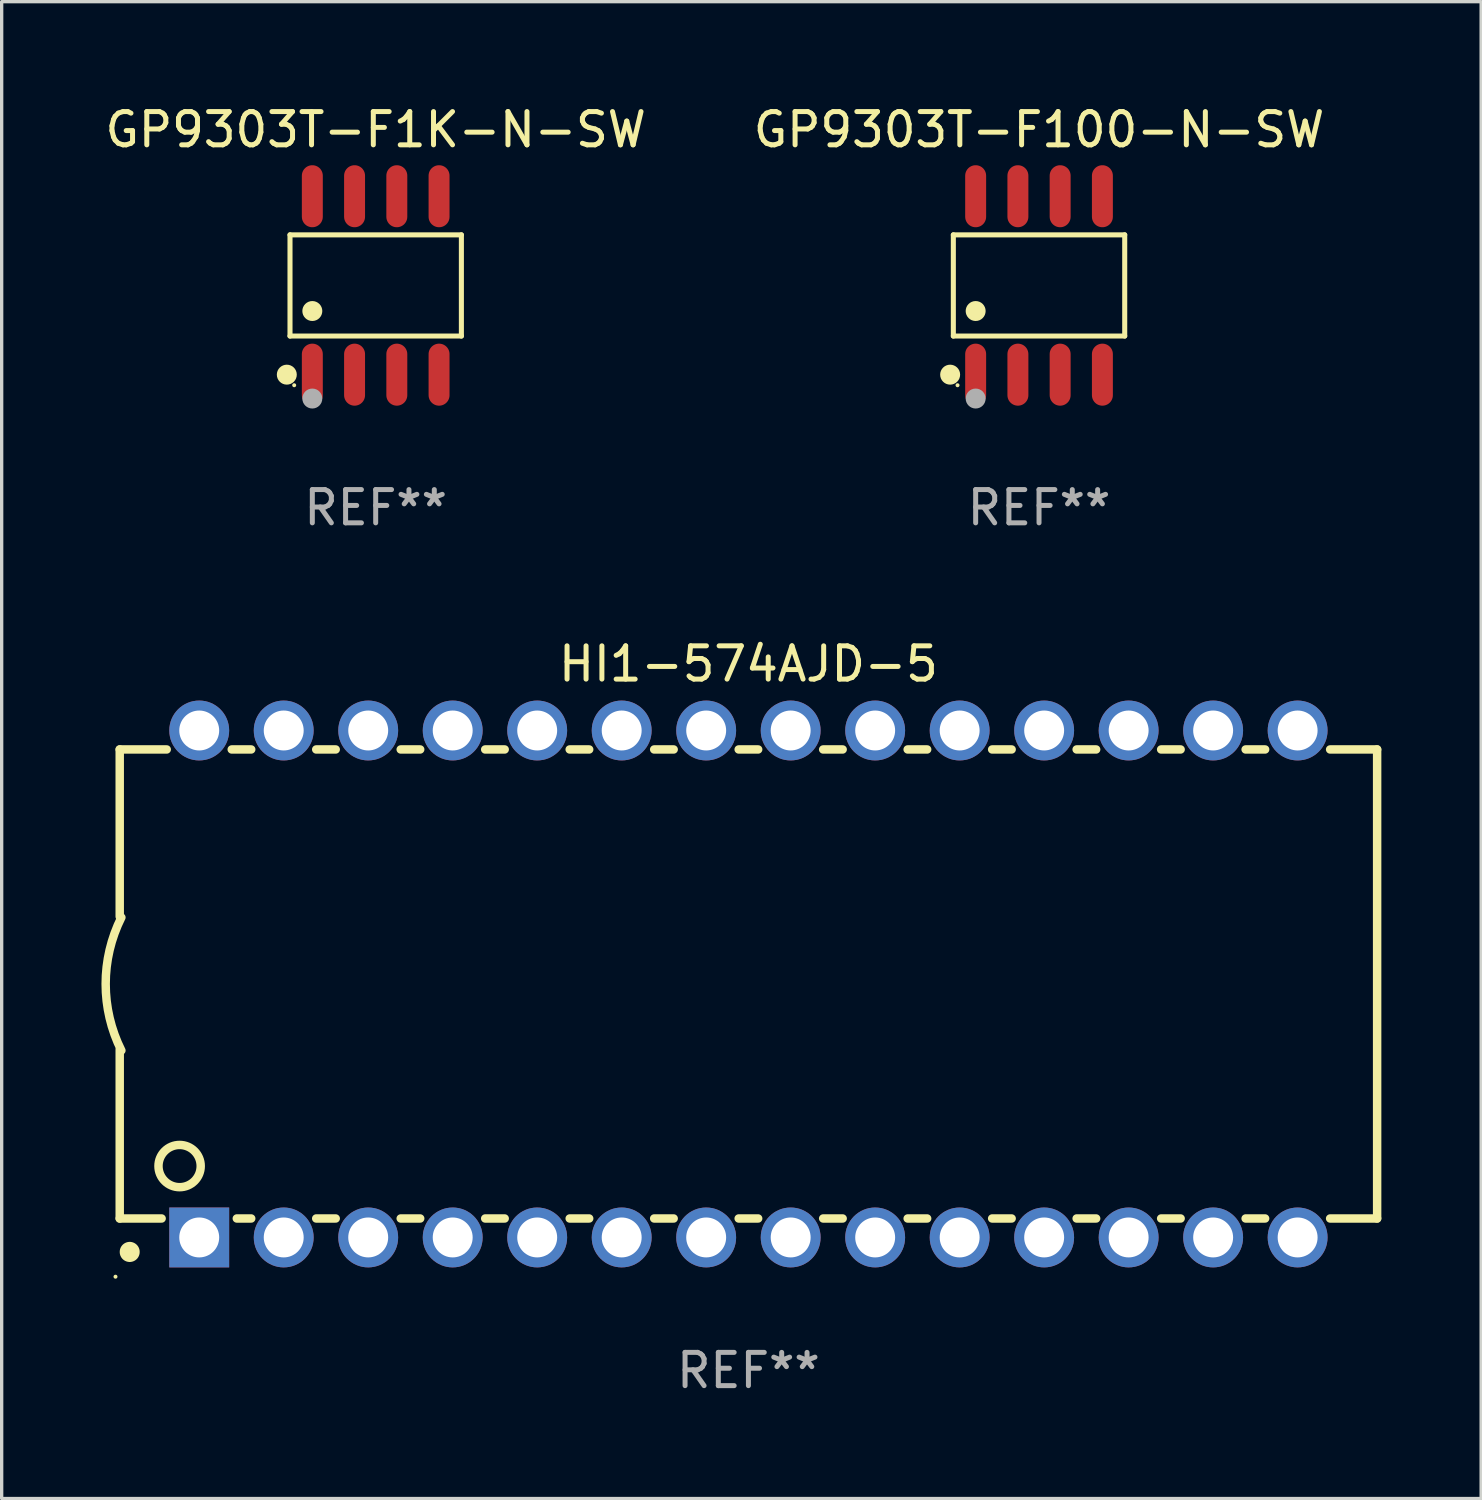
<source format=kicad_pcb>
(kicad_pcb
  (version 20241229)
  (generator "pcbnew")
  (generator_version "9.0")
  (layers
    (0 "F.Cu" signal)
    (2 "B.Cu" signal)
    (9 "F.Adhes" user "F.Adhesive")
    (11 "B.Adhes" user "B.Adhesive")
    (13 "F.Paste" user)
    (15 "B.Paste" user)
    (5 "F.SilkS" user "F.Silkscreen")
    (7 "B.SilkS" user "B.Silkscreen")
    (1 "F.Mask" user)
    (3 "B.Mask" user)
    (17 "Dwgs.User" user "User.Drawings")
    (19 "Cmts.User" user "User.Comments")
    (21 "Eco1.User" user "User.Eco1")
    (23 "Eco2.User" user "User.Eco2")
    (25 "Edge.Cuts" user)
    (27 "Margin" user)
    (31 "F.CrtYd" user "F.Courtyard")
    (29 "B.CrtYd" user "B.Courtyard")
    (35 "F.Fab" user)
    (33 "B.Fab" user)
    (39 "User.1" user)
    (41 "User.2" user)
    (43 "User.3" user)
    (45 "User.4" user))
  (footprint "GP9303T-F100-N-SW"
    (layer "F.Cu")
    (at 28.185 5.531)
    (property "Reference" "GP9303T-F100-N-SW" (at 0 -4.682 0) (layer "F.SilkS") (effects (font (size 1 1) (thickness 0.15))))
    (attr through_hole)
    (fp_line (start -2.576 -1.521) (end 2.576 -1.521) (stroke (width 0.152) (type solid)) (layer "F.SilkS"))
    (fp_line (start -2.576 1.521) (end -2.576 -1.521) (stroke (width 0.152) (type solid)) (layer "F.SilkS"))
    (fp_line (start 2.576 -1.521) (end 2.576 1.521) (stroke (width 0.152) (type solid)) (layer "F.SilkS"))
    (fp_line (start 2.576 1.521) (end -2.576 1.521) (stroke (width 0.152) (type solid)) (layer "F.SilkS"))
    (fp_circle (center -2.672 2.682) (end -2.522 2.682) (stroke (width 0.3) (type solid)) (fill no) (layer "F.SilkS"))
    (fp_circle (center -2.45 3) (end -2.42 3) (stroke (width 0.06) (type solid)) (fill no) (layer "F.SilkS"))
    (fp_circle (center -1.905 0.769) (end -1.755 0.769) (stroke (width 0.3) (type solid)) (fill no) (layer "F.SilkS"))
    (fp_circle (center -1.905 3.4) (end -1.755 3.4) (stroke (width 0.3) (type solid)) (fill no) (layer "F.Fab"))
    (fp_text user "REF**" (at 0 6.682 0) (layer "F.Fab") (effects (font (size 1 1) (thickness 0.15))))
    (pad "1" smd oval (at -1.905 2.682) (size 0.63 1.865) (layers "F.Cu" "F.Mask" "F.Paste"))
    (pad "2" smd oval (at -0.635 2.682) (size 0.63 1.865) (layers "F.Cu" "F.Mask" "F.Paste"))
    (pad "3" smd oval (at 0.635 2.682) (size 0.63 1.865) (layers "F.Cu" "F.Mask" "F.Paste"))
    (pad "4" smd oval (at 1.905 2.682) (size 0.63 1.865) (layers "F.Cu" "F.Mask" "F.Paste"))
    (pad "5" smd oval (at 1.905 -2.682) (size 0.63 1.865) (layers "F.Cu" "F.Mask" "F.Paste"))
    (pad "6" smd oval (at 0.635 -2.682) (size 0.63 1.865) (layers "F.Cu" "F.Mask" "F.Paste"))
    (pad "7" smd oval (at -0.635 -2.682) (size 0.63 1.865) (layers "F.Cu" "F.Mask" "F.Paste"))
    (pad "8" smd oval (at -1.905 -2.682) (size 0.63 1.865) (layers "F.Cu" "F.Mask" "F.Paste")))
  (footprint "HI1-574AJD-5"
    (layer "F.Cu")
    (at 19.449 26.53)
    (property "Reference" "HI1-574AJD-5" (at 0 -9.62 0) (layer "F.SilkS") (effects (font (size 1 1) (thickness 0.15))))
    (attr through_hole)
    (fp_line (start -18.9 -7.05) (end -18.9 -2.026) (stroke (width 0.254) (type solid)) (layer "F.SilkS"))
    (fp_line (start -18.9 1.974) (end -18.9 7.05) (stroke (width 0.254) (type solid)) (layer "F.SilkS"))
    (fp_line (start -18.9 7.05) (end -17.64 7.05) (stroke (width 0.254) (type solid)) (layer "F.SilkS"))
    (fp_line (start -17.487 -7.05) (end -18.9 -7.05) (stroke (width 0.254) (type solid)) (layer "F.SilkS"))
    (fp_line (start -15.38 7.05) (end -14.947 7.05) (stroke (width 0.254) (type solid)) (layer "F.SilkS"))
    (fp_line (start -14.947 -7.05) (end -15.533 -7.05) (stroke (width 0.254) (type solid)) (layer "F.SilkS"))
    (fp_line (start -12.993 7.05) (end -12.407 7.05) (stroke (width 0.254) (type solid)) (layer "F.SilkS"))
    (fp_line (start -12.407 -7.05) (end -12.993 -7.05) (stroke (width 0.254) (type solid)) (layer "F.SilkS"))
    (fp_line (start -10.453 7.05) (end -9.867 7.05) (stroke (width 0.254) (type solid)) (layer "F.SilkS"))
    (fp_line (start -9.867 -7.05) (end -10.453 -7.05) (stroke (width 0.254) (type solid)) (layer "F.SilkS"))
    (fp_line (start -7.913 7.05) (end -7.327 7.05) (stroke (width 0.254) (type solid)) (layer "F.SilkS"))
    (fp_line (start -7.327 -7.05) (end -7.913 -7.05) (stroke (width 0.254) (type solid)) (layer "F.SilkS"))
    (fp_line (start -5.373 7.05) (end -4.787 7.05) (stroke (width 0.254) (type solid)) (layer "F.SilkS"))
    (fp_line (start -4.787 -7.05) (end -5.373 -7.05) (stroke (width 0.254) (type solid)) (layer "F.SilkS"))
    (fp_line (start -2.833 7.05) (end -2.247 7.05) (stroke (width 0.254) (type solid)) (layer "F.SilkS"))
    (fp_line (start -2.247 -7.05) (end -2.833 -7.05) (stroke (width 0.254) (type solid)) (layer "F.SilkS"))
    (fp_line (start -0.293 7.05) (end 0.293 7.05) (stroke (width 0.254) (type solid)) (layer "F.SilkS"))
    (fp_line (start 0.293 -7.05) (end -0.293 -7.05) (stroke (width 0.254) (type solid)) (layer "F.SilkS"))
    (fp_line (start 2.247 7.05) (end 2.833 7.05) (stroke (width 0.254) (type solid)) (layer "F.SilkS"))
    (fp_line (start 2.833 -7.05) (end 2.247 -7.05) (stroke (width 0.254) (type solid)) (layer "F.SilkS"))
    (fp_line (start 4.787 7.05) (end 5.373 7.05) (stroke (width 0.254) (type solid)) (layer "F.SilkS"))
    (fp_line (start 5.373 -7.05) (end 4.787 -7.05) (stroke (width 0.254) (type solid)) (layer "F.SilkS"))
    (fp_line (start 7.327 7.05) (end 7.913 7.05) (stroke (width 0.254) (type solid)) (layer "F.SilkS"))
    (fp_line (start 7.913 -7.05) (end 7.327 -7.05) (stroke (width 0.254) (type solid)) (layer "F.SilkS"))
    (fp_line (start 9.867 7.05) (end 10.453 7.05) (stroke (width 0.254) (type solid)) (layer "F.SilkS"))
    (fp_line (start 10.453 -7.05) (end 9.867 -7.05) (stroke (width 0.254) (type solid)) (layer "F.SilkS"))
    (fp_line (start 12.407 7.05) (end 12.993 7.05) (stroke (width 0.254) (type solid)) (layer "F.SilkS"))
    (fp_line (start 12.993 -7.05) (end 12.407 -7.05) (stroke (width 0.254) (type solid)) (layer "F.SilkS"))
    (fp_line (start 14.947 7.05) (end 15.533 7.05) (stroke (width 0.254) (type solid)) (layer "F.SilkS"))
    (fp_line (start 15.533 -7.05) (end 14.947 -7.05) (stroke (width 0.254) (type solid)) (layer "F.SilkS"))
    (fp_line (start 17.487 7.05) (end 18.9 7.05) (stroke (width 0.254) (type solid)) (layer "F.SilkS"))
    (fp_line (start 18.9 -7.05) (end 17.487 -7.05) (stroke (width 0.254) (type solid)) (layer "F.SilkS"))
    (fp_line (start 18.9 7.05) (end 18.9 -7.05) (stroke (width 0.254) (type solid)) (layer "F.SilkS"))
    (fp_arc (start -18.849987 1.999975) (mid -19.322123 -0.000025) (end -18.849987 -2.000025) (stroke (width 0.254001) (type solid)) (layer "F.SilkS"))
    (fp_arc (start -18.599924 8.057734) (mid -18.599935 8.055207) (end -18.599924 8.052679) (stroke (width 0.6) (type solid)) (layer "F.SilkS"))
    (fp_circle (center -19.027 8.8) (end -18.997 8.8) (stroke (width 0.06) (type solid)) (fill no) (layer "F.SilkS"))
    (fp_circle (center -17.1 5.474) (end -16.465 5.474) (stroke (width 0.254) (type solid)) (fill no) (layer "F.SilkS"))
    (fp_text user "REF**" (at 0 11.62 0) (layer "F.Fab") (effects (font (size 1 1) (thickness 0.15))))
    (pad "1" thru_hole rect (at -16.51 7.62) (size 1.8 1.8) (drill 1.2) (layers "*.Cu" "*.Mask"))
    (pad "2" thru_hole circle (at -13.97 7.62) (size 1.8 1.8) (drill 1.2) (layers "*.Cu" "*.Mask"))
    (pad "3" thru_hole circle (at -11.43 7.62) (size 1.8 1.8) (drill 1.2) (layers "*.Cu" "*.Mask"))
    (pad "4" thru_hole circle (at -8.89 7.62) (size 1.8 1.8) (drill 1.2) (layers "*.Cu" "*.Mask"))
    (pad "5" thru_hole circle (at -6.35 7.62) (size 1.8 1.8) (drill 1.2) (layers "*.Cu" "*.Mask"))
    (pad "6" thru_hole circle (at -3.81 7.62) (size 1.8 1.8) (drill 1.2) (layers "*.Cu" "*.Mask"))
    (pad "7" thru_hole circle (at -1.27 7.62) (size 1.8 1.8) (drill 1.2) (layers "*.Cu" "*.Mask"))
    (pad "8" thru_hole circle (at 1.27 7.62) (size 1.8 1.8) (drill 1.2) (layers "*.Cu" "*.Mask"))
    (pad "9" thru_hole circle (at 3.81 7.62) (size 1.8 1.8) (drill 1.2) (layers "*.Cu" "*.Mask"))
    (pad "10" thru_hole circle (at 6.35 7.62) (size 1.8 1.8) (drill 1.2) (layers "*.Cu" "*.Mask"))
    (pad "11" thru_hole circle (at 8.89 7.62) (size 1.8 1.8) (drill 1.2) (layers "*.Cu" "*.Mask"))
    (pad "12" thru_hole circle (at 11.43 7.62) (size 1.8 1.8) (drill 1.2) (layers "*.Cu" "*.Mask"))
    (pad "13" thru_hole circle (at 13.97 7.62) (size 1.8 1.8) (drill 1.2) (layers "*.Cu" "*.Mask"))
    (pad "14" thru_hole circle (at 16.51 7.62) (size 1.8 1.8) (drill 1.2) (layers "*.Cu" "*.Mask"))
    (pad "15" thru_hole circle (at 16.51 -7.62) (size 1.8 1.8) (drill 1.2) (layers "*.Cu" "*.Mask"))
    (pad "16" thru_hole circle (at 13.97 -7.62) (size 1.8 1.8) (drill 1.2) (layers "*.Cu" "*.Mask"))
    (pad "17" thru_hole circle (at 11.43 -7.62) (size 1.8 1.8) (drill 1.2) (layers "*.Cu" "*.Mask"))
    (pad "18" thru_hole circle (at 8.89 -7.62) (size 1.8 1.8) (drill 1.2) (layers "*.Cu" "*.Mask"))
    (pad "19" thru_hole circle (at 6.35 -7.62) (size 1.8 1.8) (drill 1.2) (layers "*.Cu" "*.Mask"))
    (pad "20" thru_hole circle (at 3.81 -7.62) (size 1.8 1.8) (drill 1.2) (layers "*.Cu" "*.Mask"))
    (pad "21" thru_hole circle (at 1.27 -7.62) (size 1.8 1.8) (drill 1.2) (layers "*.Cu" "*.Mask"))
    (pad "22" thru_hole circle (at -1.27 -7.62) (size 1.8 1.8) (drill 1.2) (layers "*.Cu" "*.Mask"))
    (pad "23" thru_hole circle (at -3.81 -7.62) (size 1.8 1.8) (drill 1.2) (layers "*.Cu" "*.Mask"))
    (pad "24" thru_hole circle (at -6.35 -7.62) (size 1.8 1.8) (drill 1.2) (layers "*.Cu" "*.Mask"))
    (pad "25" thru_hole circle (at -8.89 -7.62) (size 1.8 1.8) (drill 1.2) (layers "*.Cu" "*.Mask"))
    (pad "26" thru_hole circle (at -11.43 -7.62) (size 1.8 1.8) (drill 1.2) (layers "*.Cu" "*.Mask"))
    (pad "27" thru_hole circle (at -13.97 -7.62) (size 1.8 1.8) (drill 1.2) (layers "*.Cu" "*.Mask"))
    (pad "28" thru_hole circle (at -16.51 -7.62) (size 1.8 1.8) (drill 1.2) (layers "*.Cu" "*.Mask")))
  (footprint "GP9303T-F1K-N-SW"
    (layer "F.Cu")
    (at 8.244 5.531)
    (property "Reference" "GP9303T-F1K-N-SW" (at 0 -4.682 0) (layer "F.SilkS") (effects (font (size 1 1) (thickness 0.15))))
    (attr through_hole)
    (fp_line (start -2.576 -1.521) (end 2.576 -1.521) (stroke (width 0.152) (type solid)) (layer "F.SilkS"))
    (fp_line (start -2.576 1.521) (end -2.576 -1.521) (stroke (width 0.152) (type solid)) (layer "F.SilkS"))
    (fp_line (start 2.576 -1.521) (end 2.576 1.521) (stroke (width 0.152) (type solid)) (layer "F.SilkS"))
    (fp_line (start 2.576 1.521) (end -2.576 1.521) (stroke (width 0.152) (type solid)) (layer "F.SilkS"))
    (fp_circle (center -2.672 2.682) (end -2.522 2.682) (stroke (width 0.3) (type solid)) (fill no) (layer "F.SilkS"))
    (fp_circle (center -2.45 3) (end -2.42 3) (stroke (width 0.06) (type solid)) (fill no) (layer "F.SilkS"))
    (fp_circle (center -1.905 0.769) (end -1.755 0.769) (stroke (width 0.3) (type solid)) (fill no) (layer "F.SilkS"))
    (fp_circle (center -1.905 3.4) (end -1.755 3.4) (stroke (width 0.3) (type solid)) (fill no) (layer "F.Fab"))
    (fp_text user "REF**" (at 0 6.682 0) (layer "F.Fab") (effects (font (size 1 1) (thickness 0.15))))
    (pad "1" smd oval (at -1.905 2.682) (size 0.63 1.865) (layers "F.Cu" "F.Mask" "F.Paste"))
    (pad "2" smd oval (at -0.635 2.682) (size 0.63 1.865) (layers "F.Cu" "F.Mask" "F.Paste"))
    (pad "3" smd oval (at 0.635 2.682) (size 0.63 1.865) (layers "F.Cu" "F.Mask" "F.Paste"))
    (pad "4" smd oval (at 1.905 2.682) (size 0.63 1.865) (layers "F.Cu" "F.Mask" "F.Paste"))
    (pad "5" smd oval (at 1.905 -2.682) (size 0.63 1.865) (layers "F.Cu" "F.Mask" "F.Paste"))
    (pad "6" smd oval (at 0.635 -2.682) (size 0.63 1.865) (layers "F.Cu" "F.Mask" "F.Paste"))
    (pad "7" smd oval (at -0.635 -2.682) (size 0.63 1.865) (layers "F.Cu" "F.Mask" "F.Paste"))
    (pad "8" smd oval (at -1.905 -2.682) (size 0.63 1.865) (layers "F.Cu" "F.Mask" "F.Paste")))
  (gr_rect
    (start -3 -3)
    (end 41.476 41.998)
    (stroke (width 0.1) (type default))
    (fill no)
    (layer "Edge.Cuts")))
</source>
